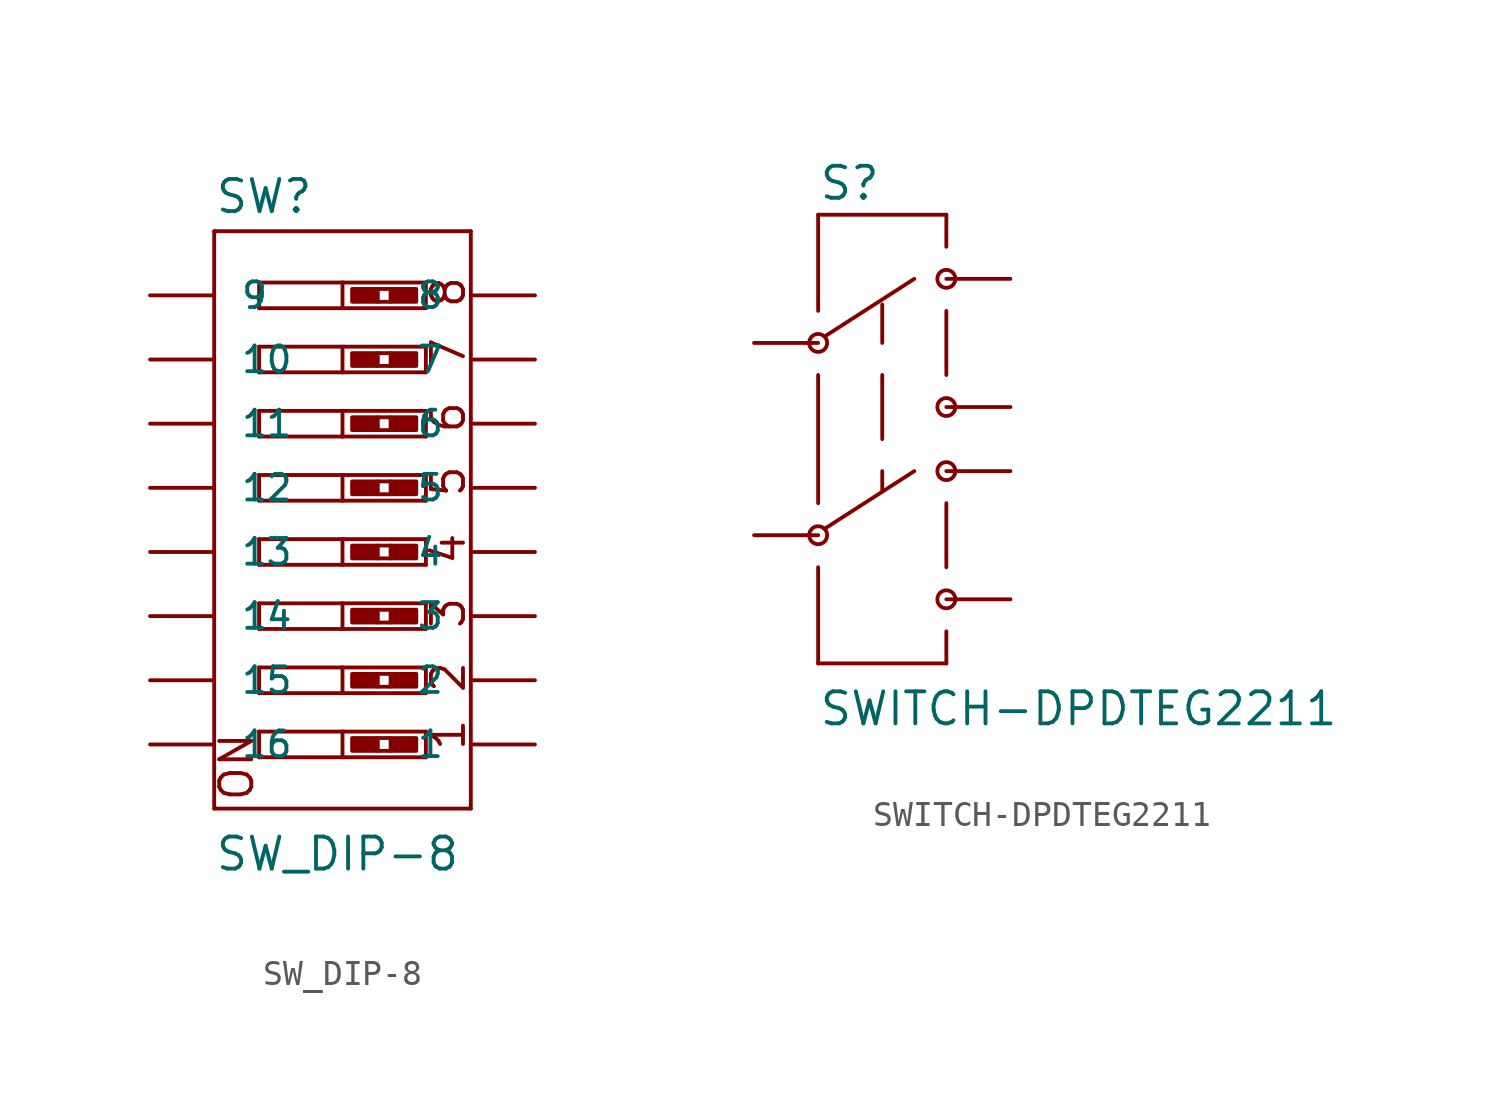
<source format=kicad_sym>
(kicad_symbol_lib
  (version 20220914)
  (generator kicad_symbol_editor)
  (symbol "SW_DIP-8"
    (pin_numbers hide)
    (pin_names
      (offset 1.016))
    (property "Reference" "SW"
      (at -5.08 10.795 0)
      (effects (font (size 1.27 1.27)) (justify left bottom)))
    (property "Value" "SW_DIP-8"
      (at -5.08 -15.24 0)
      (effects (font (size 1.27 1.27)) (justify left bottom)))
    (property "ki_locked" ""
      (at 0 0 0)
      (effects (font (size 1.27 1.27))))
    (symbol "SW_DIP-8_1_0"
      (polyline (pts (xy -5.08 -12.7) (xy 5.08 -12.7)) (stroke (width 0) (type solid)) (fill (type none)))
      (polyline (pts (xy -5.08 10.16) (xy -5.08 -12.7)) (stroke (width 0) (type solid)) (fill (type none)))
      (polyline (pts (xy -3.302 -10.668) (xy -3.302 -9.652)) (stroke (width 0) (type solid)) (fill (type none)))
      (polyline (pts (xy -3.302 -9.652) (xy 0 -9.652)) (stroke (width 0) (type solid)) (fill (type none)))
      (polyline (pts (xy -3.302 -8.128) (xy -3.302 -7.112)) (stroke (width 0) (type solid)) (fill (type none)))
      (polyline (pts (xy -3.302 -7.112) (xy 0 -7.112)) (stroke (width 0) (type solid)) (fill (type none)))
      (polyline (pts (xy -3.302 -5.588) (xy -3.302 -4.572)) (stroke (width 0) (type solid)) (fill (type none)))
      (polyline (pts (xy -3.302 -4.572) (xy 0 -4.572)) (stroke (width 0) (type solid)) (fill (type none)))
      (polyline (pts (xy -3.302 -3.048) (xy -3.302 -2.032)) (stroke (width 0) (type solid)) (fill (type none)))
      (polyline (pts (xy -3.302 -2.032) (xy 0 -2.032)) (stroke (width 0) (type solid)) (fill (type none)))
      (polyline (pts (xy -3.302 -0.508) (xy -3.302 0.508)) (stroke (width 0) (type solid)) (fill (type none)))
      (polyline (pts (xy -3.302 0.508) (xy 0 0.508)) (stroke (width 0) (type solid)) (fill (type none)))
      (polyline (pts (xy -3.302 2.032) (xy -3.302 3.048)) (stroke (width 0) (type solid)) (fill (type none)))
      (polyline (pts (xy -3.302 3.048) (xy 0 3.048)) (stroke (width 0) (type solid)) (fill (type none)))
      (polyline (pts (xy -3.302 4.572) (xy -3.302 5.588)) (stroke (width 0) (type solid)) (fill (type none)))
      (polyline (pts (xy -3.302 5.588) (xy 0 5.588)) (stroke (width 0) (type solid)) (fill (type none)))
      (polyline (pts (xy -3.302 7.112) (xy -3.302 8.128)) (stroke (width 0) (type solid)) (fill (type none)))
      (polyline (pts (xy -3.302 8.128) (xy 0 8.128)) (stroke (width 0) (type solid)) (fill (type none)))
      (polyline (pts (xy 0 -10.668) (xy -3.302 -10.668)) (stroke (width 0) (type solid)) (fill (type none)))
      (polyline (pts (xy 0 -9.652) (xy 0 -10.668)) (stroke (width 0) (type solid)) (fill (type none)))
      (polyline (pts (xy 0 -9.652) (xy 3.302 -9.652)) (stroke (width 0) (type solid)) (fill (type none)))
      (polyline (pts (xy 0 -8.128) (xy -3.302 -8.128)) (stroke (width 0) (type solid)) (fill (type none)))
      (polyline (pts (xy 0 -7.112) (xy 0 -8.128)) (stroke (width 0) (type solid)) (fill (type none)))
      (polyline (pts (xy 0 -7.112) (xy 3.302 -7.112)) (stroke (width 0) (type solid)) (fill (type none)))
      (polyline (pts (xy 0 -5.588) (xy -3.302 -5.588)) (stroke (width 0) (type solid)) (fill (type none)))
      (polyline (pts (xy 0 -4.572) (xy 0 -5.588)) (stroke (width 0) (type solid)) (fill (type none)))
      (polyline (pts (xy 0 -4.572) (xy 3.302 -4.572)) (stroke (width 0) (type solid)) (fill (type none)))
      (polyline (pts (xy 0 -3.048) (xy -3.302 -3.048)) (stroke (width 0) (type solid)) (fill (type none)))
      (polyline (pts (xy 0 -2.032) (xy 0 -3.048)) (stroke (width 0) (type solid)) (fill (type none)))
      (polyline (pts (xy 0 -2.032) (xy 3.302 -2.032)) (stroke (width 0) (type solid)) (fill (type none)))
      (polyline (pts (xy 0 -0.508) (xy -3.302 -0.508)) (stroke (width 0) (type solid)) (fill (type none)))
      (polyline (pts (xy 0 0.508) (xy 0 -0.508)) (stroke (width 0) (type solid)) (fill (type none)))
      (polyline (pts (xy 0 0.508) (xy 3.302 0.508)) (stroke (width 0) (type solid)) (fill (type none)))
      (polyline (pts (xy 0 2.032) (xy -3.302 2.032)) (stroke (width 0) (type solid)) (fill (type none)))
      (polyline (pts (xy 0 3.048) (xy 0 2.032)) (stroke (width 0) (type solid)) (fill (type none)))
      (polyline (pts (xy 0 3.048) (xy 3.302 3.048)) (stroke (width 0) (type solid)) (fill (type none)))
      (polyline (pts (xy 0 4.572) (xy -3.302 4.572)) (stroke (width 0) (type solid)) (fill (type none)))
      (polyline (pts (xy 0 5.588) (xy 0 4.572)) (stroke (width 0) (type solid)) (fill (type none)))
      (polyline (pts (xy 0 5.588) (xy 3.302 5.588)) (stroke (width 0) (type solid)) (fill (type none)))
      (polyline (pts (xy 0 7.112) (xy -3.302 7.112)) (stroke (width 0) (type solid)) (fill (type none)))
      (polyline (pts (xy 0 8.128) (xy 0 7.112)) (stroke (width 0) (type solid)) (fill (type none)))
      (polyline (pts (xy 0 8.128) (xy 3.302 8.128)) (stroke (width 0) (type solid)) (fill (type none)))
      (polyline (pts (xy 1.397 -10.414) (xy 1.905 -10.414)) (stroke (width 0) (type solid)) (fill (type none)))
      (polyline (pts (xy 1.397 -9.906) (xy 1.905 -9.906)) (stroke (width 0) (type solid)) (fill (type none)))
      (polyline (pts (xy 1.397 -7.874) (xy 1.905 -7.874)) (stroke (width 0) (type solid)) (fill (type none)))
      (polyline (pts (xy 1.397 -7.366) (xy 1.905 -7.366)) (stroke (width 0) (type solid)) (fill (type none)))
      (polyline (pts (xy 1.397 -5.334) (xy 1.905 -5.334)) (stroke (width 0) (type solid)) (fill (type none)))
      (polyline (pts (xy 1.397 -4.826) (xy 1.905 -4.826)) (stroke (width 0) (type solid)) (fill (type none)))
      (polyline (pts (xy 1.397 -2.794) (xy 1.905 -2.794)) (stroke (width 0) (type solid)) (fill (type none)))
      (polyline (pts (xy 1.397 -2.286) (xy 1.905 -2.286)) (stroke (width 0) (type solid)) (fill (type none)))
      (polyline (pts (xy 1.397 -0.254) (xy 1.905 -0.254)) (stroke (width 0) (type solid)) (fill (type none)))
      (polyline (pts (xy 1.397 0.254) (xy 1.905 0.254)) (stroke (width 0) (type solid)) (fill (type none)))
      (polyline (pts (xy 1.397 2.286) (xy 1.905 2.286)) (stroke (width 0) (type solid)) (fill (type none)))
      (polyline (pts (xy 1.397 2.794) (xy 1.905 2.794)) (stroke (width 0) (type solid)) (fill (type none)))
      (polyline (pts (xy 1.397 4.826) (xy 1.905 4.826)) (stroke (width 0) (type solid)) (fill (type none)))
      (polyline (pts (xy 1.397 5.334) (xy 1.905 5.334)) (stroke (width 0) (type solid)) (fill (type none)))
      (polyline (pts (xy 1.397 7.366) (xy 1.905 7.366)) (stroke (width 0) (type solid)) (fill (type none)))
      (polyline (pts (xy 1.397 7.874) (xy 1.905 7.874)) (stroke (width 0) (type solid)) (fill (type none)))
      (polyline (pts (xy 3.302 -10.668) (xy 0 -10.668)) (stroke (width 0) (type solid)) (fill (type none)))
      (polyline (pts (xy 3.302 -9.652) (xy 3.302 -10.668)) (stroke (width 0) (type solid)) (fill (type none)))
      (polyline (pts (xy 3.302 -8.128) (xy 0 -8.128)) (stroke (width 0) (type solid)) (fill (type none)))
      (polyline (pts (xy 3.302 -7.112) (xy 3.302 -8.128)) (stroke (width 0) (type solid)) (fill (type none)))
      (polyline (pts (xy 3.302 -5.588) (xy 0 -5.588)) (stroke (width 0) (type solid)) (fill (type none)))
      (polyline (pts (xy 3.302 -4.572) (xy 3.302 -5.588)) (stroke (width 0) (type solid)) (fill (type none)))
      (polyline (pts (xy 3.302 -3.048) (xy 0 -3.048)) (stroke (width 0) (type solid)) (fill (type none)))
      (polyline (pts (xy 3.302 -2.032) (xy 3.302 -3.048)) (stroke (width 0) (type solid)) (fill (type none)))
      (polyline (pts (xy 3.302 -0.508) (xy 0 -0.508)) (stroke (width 0) (type solid)) (fill (type none)))
      (polyline (pts (xy 3.302 0.508) (xy 3.302 -0.508)) (stroke (width 0) (type solid)) (fill (type none)))
      (polyline (pts (xy 3.302 2.032) (xy 0 2.032)) (stroke (width 0) (type solid)) (fill (type none)))
      (polyline (pts (xy 3.302 3.048) (xy 3.302 2.032)) (stroke (width 0) (type solid)) (fill (type none)))
      (polyline (pts (xy 3.302 4.572) (xy 0 4.572)) (stroke (width 0) (type solid)) (fill (type none)))
      (polyline (pts (xy 3.302 5.588) (xy 3.302 4.572)) (stroke (width 0) (type solid)) (fill (type none)))
      (polyline (pts (xy 3.302 7.112) (xy 0 7.112)) (stroke (width 0) (type solid)) (fill (type none)))
      (polyline (pts (xy 3.302 8.128) (xy 3.302 7.112)) (stroke (width 0) (type solid)) (fill (type none)))
      (polyline (pts (xy 5.08 -12.7) (xy 5.08 10.16)) (stroke (width 0) (type solid)) (fill (type none)))
      (polyline (pts (xy 5.08 10.16) (xy -5.08 10.16)) (stroke (width 0) (type solid)) (fill (type none)))
      (text "1" (at 4.191 -9.779 900) (effects (font (size 1.27 1.27))))
      (text "2" (at 4.191 -7.493 900) (effects (font (size 1.27 1.27))))
      (text "3" (at 4.191 -4.953 900) (effects (font (size 1.27 1.27))))
      (text "4" (at 4.191 -2.413 900) (effects (font (size 1.27 1.27))))
      (text "5" (at 4.191 0.254 900) (effects (font (size 1.27 1.27))))
      (text "6" (at 4.191 2.794 900) (effects (font (size 1.27 1.27))))
      (text "7" (at 4.191 5.334 900) (effects (font (size 1.27 1.27))))
      (text "8" (at 4.191 7.747 900) (effects (font (size 1.27 1.27))))
      (text "ON" (at -4.191 -11.049 900) (effects (font (size 1.27 1.27)))))
    (symbol "SW_DIP-8_1_1"
      (rectangle (start 0.381 -10.414) (end 1.397 -9.906) (stroke (width 0) (type solid)) (fill (type outline)))
      (rectangle (start 0.381 -7.874) (end 1.397 -7.366) (stroke (width 0) (type solid)) (fill (type outline)))
      (rectangle (start 0.381 -5.334) (end 1.397 -4.826) (stroke (width 0) (type solid)) (fill (type outline)))
      (rectangle (start 0.381 -2.794) (end 1.397 -2.286) (stroke (width 0) (type solid)) (fill (type outline)))
      (rectangle (start 0.381 -0.254) (end 1.397 0.254) (stroke (width 0) (type solid)) (fill (type outline)))
      (rectangle (start 0.381 2.286) (end 1.397 2.794) (stroke (width 0) (type solid)) (fill (type outline)))
      (rectangle (start 0.381 4.826) (end 1.397 5.334) (stroke (width 0) (type solid)) (fill (type outline)))
      (rectangle (start 0.381 7.366) (end 1.397 7.874) (stroke (width 0) (type solid)) (fill (type outline)))
      (rectangle (start 1.905 -10.414) (end 2.921 -9.906) (stroke (width 0) (type solid)) (fill (type outline)))
      (rectangle (start 1.905 -7.874) (end 2.921 -7.366) (stroke (width 0) (type solid)) (fill (type outline)))
      (rectangle (start 1.905 -5.334) (end 2.921 -4.826) (stroke (width 0) (type solid)) (fill (type outline)))
      (rectangle (start 1.905 -2.794) (end 2.921 -2.286) (stroke (width 0) (type solid)) (fill (type outline)))
      (rectangle (start 1.905 -0.254) (end 2.921 0.254) (stroke (width 0) (type solid)) (fill (type outline)))
      (rectangle (start 1.905 2.286) (end 2.921 2.794) (stroke (width 0) (type solid)) (fill (type outline)))
      (rectangle (start 1.905 4.826) (end 2.921 5.334) (stroke (width 0) (type solid)) (fill (type outline)))
      (rectangle (start 1.905 7.366) (end 2.921 7.874) (stroke (width 0) (type solid)) (fill (type outline)))
      (pin passive line (at 7.62 -10.16 180) (length 2.54) (name "1" (effects (font (size 1.016 1.016)))) (number "1" (effects (font (size 1.016 1.016)))))
      (pin passive line (at -7.62 5.08 0) (length 2.54) (name "10" (effects (font (size 1.016 1.016)))) (number "10" (effects (font (size 1.016 1.016)))))
      (pin passive line (at -7.62 2.54 0) (length 2.54) (name "11" (effects (font (size 1.016 1.016)))) (number "11" (effects (font (size 1.016 1.016)))))
      (pin passive line (at -7.62 0 0) (length 2.54) (name "12" (effects (font (size 1.016 1.016)))) (number "12" (effects (font (size 1.016 1.016)))))
      (pin passive line (at -7.62 -2.54 0) (length 2.54) (name "13" (effects (font (size 1.016 1.016)))) (number "13" (effects (font (size 1.016 1.016)))))
      (pin passive line (at -7.62 -5.08 0) (length 2.54) (name "14" (effects (font (size 1.016 1.016)))) (number "14" (effects (font (size 1.016 1.016)))))
      (pin passive line (at -7.62 -7.62 0) (length 2.54) (name "15" (effects (font (size 1.016 1.016)))) (number "15" (effects (font (size 1.016 1.016)))))
      (pin passive line (at -7.62 -10.16 0) (length 2.54) (name "16" (effects (font (size 1.016 1.016)))) (number "16" (effects (font (size 1.016 1.016)))))
      (pin passive line (at 7.62 -7.62 180) (length 2.54) (name "2" (effects (font (size 1.016 1.016)))) (number "2" (effects (font (size 1.016 1.016)))))
      (pin passive line (at 7.62 -5.08 180) (length 2.54) (name "3" (effects (font (size 1.016 1.016)))) (number "3" (effects (font (size 1.016 1.016)))))
      (pin passive line (at 7.62 -2.54 180) (length 2.54) (name "4" (effects (font (size 1.016 1.016)))) (number "4" (effects (font (size 1.016 1.016)))))
      (pin passive line (at 7.62 0 180) (length 2.54) (name "5" (effects (font (size 1.016 1.016)))) (number "5" (effects (font (size 1.016 1.016)))))
      (pin passive line (at 7.62 2.54 180) (length 2.54) (name "6" (effects (font (size 1.016 1.016)))) (number "6" (effects (font (size 1.016 1.016)))))
      (pin passive line (at 7.62 5.08 180) (length 2.54) (name "7" (effects (font (size 1.016 1.016)))) (number "7" (effects (font (size 1.016 1.016)))))
      (pin passive line (at 7.62 7.62 180) (length 2.54) (name "8" (effects (font (size 1.016 1.016)))) (number "8" (effects (font (size 1.016 1.016)))))
      (pin passive line (at -7.62 7.62 0) (length 2.54) (name "9" (effects (font (size 1.016 1.016)))) (number "9" (effects (font (size 1.016 1.016)))))))
  (symbol "SWITCH-DPDTEG2211"
    (pin_numbers hide)
    (pin_names
      (offset 1.016) hide)
    (property "Reference" "S"
      (at -2.54 8.128 0)
      (effects (font (size 1.27 1.27)) (justify left bottom)))
    (property "Value" "SWITCH-DPDTEG2211"
      (at -2.54 -12.7 0)
      (effects (font (size 1.27 1.27)) (justify left bottom)))
    (property "ki_locked" ""
      (at 0 0 0)
      (effects (font (size 1.27 1.27))))
    (symbol "SWITCH-DPDTEG2211_1_0"
      (polyline (pts (xy -2.54 -10.16) (xy 2.54 -10.16)) (stroke (width 0) (type solid)) (fill (type none)))
      (polyline (pts (xy -2.54 -6.35) (xy -2.54 -10.16)) (stroke (width 0) (type solid)) (fill (type none)))
      (polyline (pts (xy -2.54 1.27) (xy -2.54 -3.81)) (stroke (width 0) (type solid)) (fill (type none)))
      (polyline (pts (xy -2.54 7.62) (xy -2.54 3.81)) (stroke (width 0) (type solid)) (fill (type none)))
      (polyline (pts (xy -2.286 -4.826) (xy 1.27 -2.54)) (stroke (width 0) (type solid)) (fill (type none)))
      (polyline (pts (xy 0 -2.54) (xy 0 -3.302)) (stroke (width 0) (type solid)) (fill (type none)))
      (polyline (pts (xy 0 1.27) (xy 0 -1.27)) (stroke (width 0) (type solid)) (fill (type none)))
      (polyline (pts (xy 0 4.064) (xy 0 2.54)) (stroke (width 0) (type solid)) (fill (type none)))
      (polyline (pts (xy 1.27 5.08) (xy -2.286 2.794)) (stroke (width 0) (type solid)) (fill (type none)))
      (polyline (pts (xy 2.54 -10.16) (xy 2.54 -8.89)) (stroke (width 0) (type solid)) (fill (type none)))
      (polyline (pts (xy 2.54 -6.35) (xy 2.54 -3.81)) (stroke (width 0) (type solid)) (fill (type none)))
      (polyline (pts (xy 2.54 3.81) (xy 2.54 1.27)) (stroke (width 0) (type solid)) (fill (type none)))
      (polyline (pts (xy 2.54 6.35) (xy 2.54 7.62)) (stroke (width 0) (type solid)) (fill (type none)))
      (polyline (pts (xy 2.54 7.62) (xy -2.54 7.62)) (stroke (width 0) (type solid)) (fill (type none))))
    (symbol "SWITCH-DPDTEG2211_1_1"
      (circle (center -2.54 -5.08) (radius 0.356) (stroke (width 0) (type solid)) (fill (type none)))
      (circle (center -2.54 2.54) (radius 0.356) (stroke (width 0) (type solid)) (fill (type none)))
      (circle (center 2.54 -7.62) (radius 0.356) (stroke (width 0) (type solid)) (fill (type none)))
      (circle (center 2.54 -2.54) (radius 0.356) (stroke (width 0) (type solid)) (fill (type none)))
      (circle (center 2.54 0) (radius 0.356) (stroke (width 0) (type solid)) (fill (type none)))
      (circle (center 2.54 5.08) (radius 0.356) (stroke (width 0) (type solid)) (fill (type none)))
      (pin bidirectional line (at -5.08 2.54 0) (length 2.54) (name "2" (effects (font (size 1.016 1.016)))) (number "P1" (effects (font (size 1.016 1.016)))))
      (pin bidirectional line (at 5.08 5.08 180) (length 2.54) (name "1" (effects (font (size 1.016 1.016)))) (number "P1-TA" (effects (font (size 1.016 1.016)))))
      (pin bidirectional line (at 5.08 0 180) (length 2.54) (name "3" (effects (font (size 1.016 1.016)))) (number "P1-TB" (effects (font (size 1.016 1.016)))))
      (pin bidirectional line (at -5.08 -5.08 0) (length 2.54) (name "5" (effects (font (size 1.016 1.016)))) (number "P2" (effects (font (size 1.016 1.016)))))
      (pin bidirectional line (at 5.08 -2.54 180) (length 2.54) (name "4" (effects (font (size 1.016 1.016)))) (number "P2-TA" (effects (font (size 1.016 1.016)))))
      (pin bidirectional line (at 5.08 -7.62 180) (length 2.54) (name "6" (effects (font (size 1.016 1.016)))) (number "P2-TB" (effects (font (size 1.016 1.016))))))))
</source>
